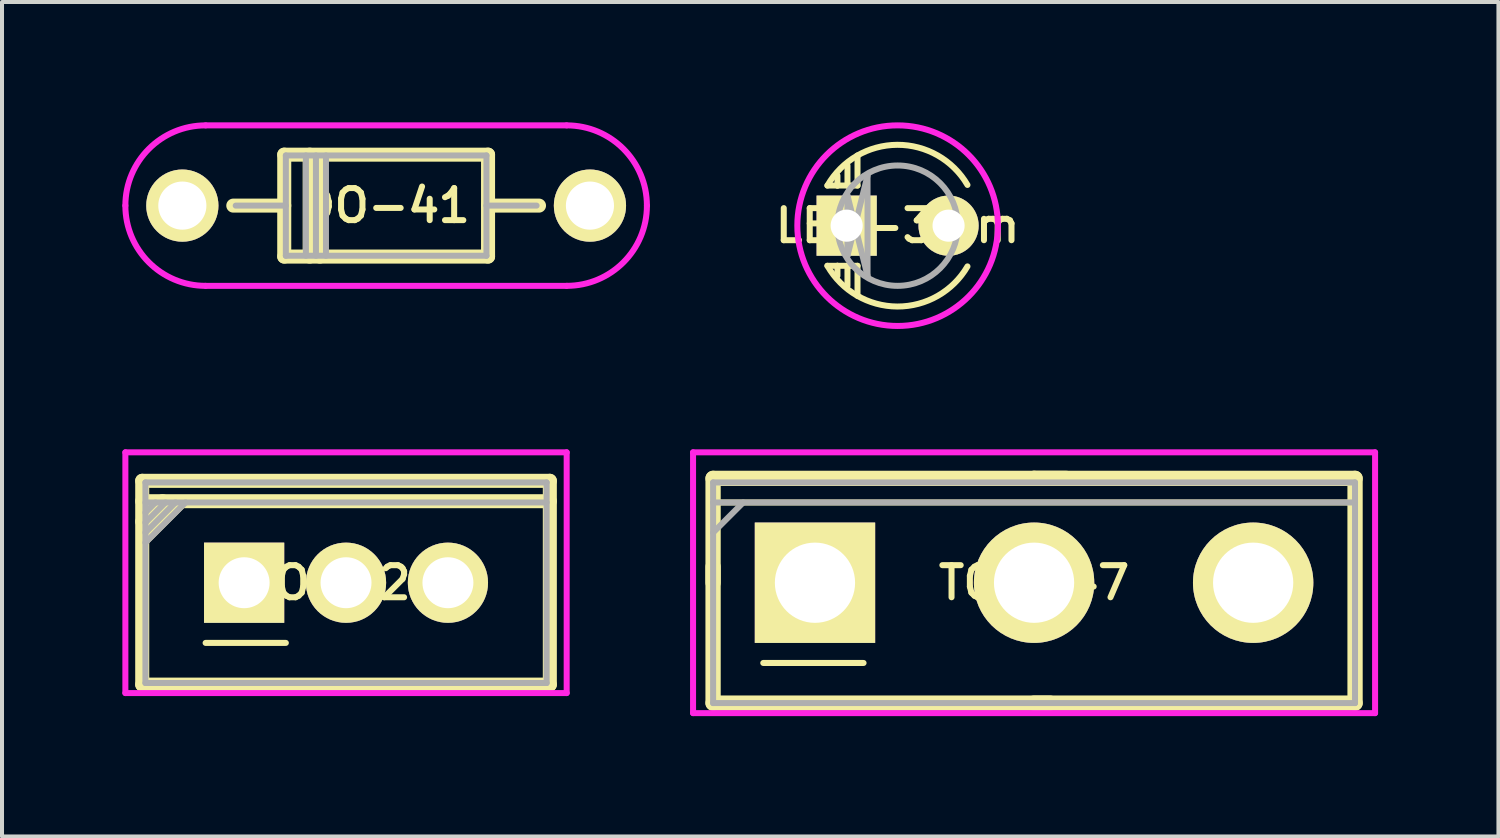
<source format=kicad_pcb>
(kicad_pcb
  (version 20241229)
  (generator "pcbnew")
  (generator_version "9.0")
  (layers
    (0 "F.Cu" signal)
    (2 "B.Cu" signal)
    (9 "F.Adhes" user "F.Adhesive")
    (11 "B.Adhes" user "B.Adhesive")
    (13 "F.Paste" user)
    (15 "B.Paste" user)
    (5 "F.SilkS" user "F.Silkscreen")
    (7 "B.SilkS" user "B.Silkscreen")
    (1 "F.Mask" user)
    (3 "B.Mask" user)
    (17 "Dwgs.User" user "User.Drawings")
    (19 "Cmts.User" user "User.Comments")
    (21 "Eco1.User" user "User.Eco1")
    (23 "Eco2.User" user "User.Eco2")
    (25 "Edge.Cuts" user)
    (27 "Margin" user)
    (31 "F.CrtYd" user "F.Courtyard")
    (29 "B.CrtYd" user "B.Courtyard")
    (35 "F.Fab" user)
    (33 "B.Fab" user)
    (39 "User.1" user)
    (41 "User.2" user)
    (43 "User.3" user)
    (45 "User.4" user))
  (footprint "TO-220"
    (layer "F.Cu")
    (at 5.575 11.475)
    (property "Reference" "TO-220" (at 0 0 0) (layer "F.SilkS") (effects (font (size 0.8 0.8) (thickness 0.15))))
    (attr through_hole)
    (fp_line (start -5.08 -2.54) (end -5.08 2.54) (stroke (width 0.35) (type solid)) (layer "F.SilkS"))
    (fp_line (start -5.08 -2.032) (end 5.08 -2.032) (stroke (width 0.35) (type solid)) (layer "F.SilkS"))
    (fp_line (start -5.08 2.54) (end 5.08 2.54) (stroke (width 0.35) (type solid)) (layer "F.SilkS"))
    (fp_line (start -5.029 -1.118) (end -4.166 -1.981) (stroke (width 0.35) (type solid)) (layer "F.SilkS"))
    (fp_line (start -4.572 -2.032) (end -5.08 -1.524) (stroke (width 0.35) (type solid)) (layer "F.SilkS"))
    (fp_line (start -3.5 1.5) (end -1.5 1.5) (stroke (width 0.15) (type solid)) (layer "F.SilkS"))
    (fp_line (start 5.08 -2.54) (end -5.08 -2.54) (stroke (width 0.35) (type solid)) (layer "F.SilkS"))
    (fp_line (start 5.08 2.54) (end 5.08 -2.54) (stroke (width 0.35) (type solid)) (layer "F.SilkS"))
    (fp_line (start -5.5 -3.25) (end -5.5 2.75) (stroke (width 0.15) (type solid)) (layer "F.CrtYd"))
    (fp_line (start -5.5 2.75) (end 5.5 2.75) (stroke (width 0.15) (type solid)) (layer "F.CrtYd"))
    (fp_line (start 5.5 -3.25) (end -5.5 -3.25) (stroke (width 0.15) (type solid)) (layer "F.CrtYd"))
    (fp_line (start 5.5 2.75) (end 5.5 -3.25) (stroke (width 0.15) (type solid)) (layer "F.CrtYd"))
    (fp_line (start -5 -2.5) (end -5 2.5) (stroke (width 0.15) (type solid)) (layer "F.Fab"))
    (fp_line (start -5 -2) (end 5 -2) (stroke (width 0.15) (type solid)) (layer "F.Fab"))
    (fp_line (start -5 -1.75) (end -4.75 -2) (stroke (width 0.15) (type solid)) (layer "F.Fab"))
    (fp_line (start -5 -1.25) (end -4.25 -2) (stroke (width 0.15) (type solid)) (layer "F.Fab"))
    (fp_line (start -5 2.5) (end 5 2.5) (stroke (width 0.15) (type solid)) (layer "F.Fab"))
    (fp_line (start -4.5 -2) (end -5 -1.5) (stroke (width 0.15) (type solid)) (layer "F.Fab"))
    (fp_line (start -4 -2) (end -5 -1) (stroke (width 0.15) (type solid)) (layer "F.Fab"))
    (fp_line (start 5 -2.5) (end -5 -2.5) (stroke (width 0.15) (type solid)) (layer "F.Fab"))
    (fp_line (start 5 2.5) (end 5 -2.5) (stroke (width 0.15) (type solid)) (layer "F.Fab"))
    (pad "1" thru_hole rect (at -2.54 0) (size 1.999 1.999) (drill 1.27) (layers "*.Cu" "*.Mask" "F.SilkS"))
    (pad "2" thru_hole circle (at 0 0) (size 1.999 1.999) (drill 1.27) (layers "*.Cu" "*.Mask" "F.SilkS"))
    (pad "3" thru_hole circle (at 2.54 0) (size 1.999 1.999) (drill 1.27) (layers "*.Cu" "*.Mask" "F.SilkS")))
  (footprint "LED-3mm"
    (layer "F.Cu")
    (at 19.324 2.575)
    (property "Reference" "LED-3mm" (at 0 0 0) (layer "F.SilkS") (effects (font (size 0.8 0.8) (thickness 0.15))))
    (attr through_hole)
    (fp_line (start -1.75 -1) (end -1.5 -1) (stroke (width 0.15) (type solid)) (layer "F.SilkS"))
    (fp_line (start -1.75 1) (end -1.5 1) (stroke (width 0.15) (type solid)) (layer "F.SilkS"))
    (fp_line (start -1.5 -1) (end -1.5 -1.25) (stroke (width 0.15) (type solid)) (layer "F.SilkS"))
    (fp_line (start -1.5 -1) (end -1.25 -1) (stroke (width 0.15) (type solid)) (layer "F.SilkS"))
    (fp_line (start -1.5 1) (end -1.5 1.25) (stroke (width 0.15) (type solid)) (layer "F.SilkS"))
    (fp_line (start -1.5 1) (end -1.25 1) (stroke (width 0.15) (type solid)) (layer "F.SilkS"))
    (fp_line (start -1.25 -1) (end -1.25 -1.5) (stroke (width 0.15) (type solid)) (layer "F.SilkS"))
    (fp_line (start -1.25 -1) (end -1 -1) (stroke (width 0.15) (type solid)) (layer "F.SilkS"))
    (fp_line (start -1.25 1) (end -1.25 1.5) (stroke (width 0.15) (type solid)) (layer "F.SilkS"))
    (fp_line (start -1.25 1) (end -1 1) (stroke (width 0.15) (type solid)) (layer "F.SilkS"))
    (fp_line (start -1 -1) (end -1 -1.75) (stroke (width 0.15) (type solid)) (layer "F.SilkS"))
    (fp_line (start -1 1) (end -1 1.75) (stroke (width 0.15) (type solid)) (layer "F.SilkS"))
    (fp_arc (start -1.75 -1) (mid -0.008975 -2.015544) (end 1.741025 -1.015544) (stroke (width 0.15) (type solid)) (layer "F.SilkS"))
    (fp_arc (start 1.741025 1.015544) (mid -0.008974 2.015544) (end -1.75 1) (stroke (width 0.15) (type solid)) (layer "F.SilkS"))
    (fp_circle (center 0 0) (end 2.5 0) (stroke (width 0.15) (type solid)) (fill no) (layer "F.CrtYd"))
    (fp_line (start -1.25 -0.75) (end -1.25 0.75) (stroke (width 0.15) (type solid)) (layer "F.Fab"))
    (fp_line (start -1.25 0.75) (end -0.75 -1.25) (stroke (width 0.15) (type solid)) (layer "F.Fab"))
    (fp_line (start -0.75 1.25) (end -1.25 -0.75) (stroke (width 0.15) (type solid)) (layer "F.Fab"))
    (fp_line (start -0.75 1.25) (end -0.75 -1.25) (stroke (width 0.15) (type solid)) (layer "F.Fab"))
    (fp_circle (center 0 0) (end 1.5 0) (stroke (width 0.15) (type solid)) (fill no) (layer "F.Fab"))
    (pad "1" thru_hole rect (at -1.27 0 180) (size 1.5 1.5) (drill 0.8) (layers "*.Cu" "*.Mask" "F.SilkS"))
    (pad "2" thru_hole circle (at 1.27 0 180) (size 1.5 1.5) (drill 0.8) (layers "*.Cu" "*.Mask" "F.SilkS")))
  (footprint "DO-41"
    (layer "F.Cu")
    (at 6.575 2.075)
    (property "Reference" "DO-41" (at 0 0 0) (layer "F.SilkS") (effects (font (size 0.8 0.8) (thickness 0.15))))
    (attr through_hole)
    (fp_line (start -2.54 -1.27) (end -2.54 1.27) (stroke (width 0.35) (type solid)) (layer "F.SilkS"))
    (fp_line (start -2.54 0) (end -3.81 0) (stroke (width 0.35) (type solid)) (layer "F.SilkS"))
    (fp_line (start -2.54 1.27) (end 2.54 1.27) (stroke (width 0.35) (type solid)) (layer "F.SilkS"))
    (fp_line (start -1.905 -1.27) (end -1.905 1.27) (stroke (width 0.35) (type solid)) (layer "F.SilkS"))
    (fp_line (start -1.651 1.27) (end -1.651 -1.143) (stroke (width 0.35) (type solid)) (layer "F.SilkS"))
    (fp_line (start 2.54 -1.27) (end -2.54 -1.27) (stroke (width 0.35) (type solid)) (layer "F.SilkS"))
    (fp_line (start 2.54 0) (end 3.81 0) (stroke (width 0.35) (type solid)) (layer "F.SilkS"))
    (fp_line (start 2.54 1.27) (end 2.54 -1.27) (stroke (width 0.35) (type solid)) (layer "F.SilkS"))
    (fp_line (start -4.5 2) (end 4.5 2) (stroke (width 0.15) (type solid)) (layer "F.CrtYd"))
    (fp_line (start 4.5 -2) (end -4.5 -2) (stroke (width 0.15) (type solid)) (layer "F.CrtYd"))
    (fp_arc (start -6.5 0) (mid -5.914214 -1.414214) (end -4.5 -2) (stroke (width 0.15) (type solid)) (layer "F.CrtYd"))
    (fp_arc (start -4.5 2) (mid -5.914214 1.414214) (end -6.5 0) (stroke (width 0.15) (type solid)) (layer "F.CrtYd"))
    (fp_arc (start 4.5 -2) (mid 5.914214 -1.414214) (end 6.5 0) (stroke (width 0.15) (type solid)) (layer "F.CrtYd"))
    (fp_arc (start 6.5 0) (mid 5.914214 1.414214) (end 4.5 2) (stroke (width 0.15) (type solid)) (layer "F.CrtYd"))
    (fp_line (start -2.5 -1.25) (end 2.5 -1.25) (stroke (width 0.15) (type solid)) (layer "F.Fab"))
    (fp_line (start -2.5 0) (end -3.75 0) (stroke (width 0.15) (type solid)) (layer "F.Fab"))
    (fp_line (start -2.5 1.25) (end -2.5 -1.25) (stroke (width 0.15) (type solid)) (layer "F.Fab"))
    (fp_line (start -2 -1.25) (end -2 1.25) (stroke (width 0.15) (type solid)) (layer "F.Fab"))
    (fp_line (start -1.75 1.25) (end -1.75 -1.25) (stroke (width 0.15) (type solid)) (layer "F.Fab"))
    (fp_line (start -1.5 -1.25) (end -1.5 1.25) (stroke (width 0.15) (type solid)) (layer "F.Fab"))
    (fp_line (start 2.5 -1.25) (end 2.5 1.25) (stroke (width 0.15) (type solid)) (layer "F.Fab"))
    (fp_line (start 2.5 0) (end 3.75 0) (stroke (width 0.15) (type solid)) (layer "F.Fab"))
    (fp_line (start 2.5 1.25) (end -2.5 1.25) (stroke (width 0.15) (type solid)) (layer "F.Fab"))
    (pad "1" thru_hole circle (at -5.08 0 180) (size 1.8 1.8) (drill 1.2) (layers "*.Cu" "*.Mask" "F.SilkS"))
    (pad "2" thru_hole circle (at 5.08 0 180) (size 1.8 1.8) (drill 1.2) (layers "*.Cu" "*.Mask" "F.SilkS")))
  (footprint "TO-247"
    (layer "F.Cu")
    (at 22.725 11.475)
    (property "Reference" "TO-247" (at 0 0 0) (layer "F.SilkS") (effects (font (size 0.8 0.8) (thickness 0.15))))
    (attr through_hole)
    (fp_line (start -8.001 -2.601) (end -8.001 3) (stroke (width 0.381) (type solid)) (layer "F.SilkS"))
    (fp_line (start -8.001 0) (end -8.001 -0.399) (stroke (width 0.381) (type solid)) (layer "F.SilkS"))
    (fp_line (start -8.001 3) (end 8.001 3) (stroke (width 0.381) (type solid)) (layer "F.SilkS"))
    (fp_line (start -6.75 2) (end -4.25 2) (stroke (width 0.15) (type solid)) (layer "F.SilkS"))
    (fp_line (start 0 -2.601) (end -8.001 -2.601) (stroke (width 0.381) (type solid)) (layer "F.SilkS"))
    (fp_line (start 0 -2.601) (end 0.8 -2.601) (stroke (width 0.381) (type solid)) (layer "F.SilkS"))
    (fp_line (start 0 3) (end 0.399 3) (stroke (width 0.381) (type solid)) (layer "F.SilkS"))
    (fp_line (start 8 -2) (end -8 -2) (stroke (width 0.15) (type solid)) (layer "F.SilkS"))
    (fp_line (start 8.001 -2.601) (end 0 -2.601) (stroke (width 0.381) (type solid)) (layer "F.SilkS"))
    (fp_line (start 8.001 3) (end 8.001 -2.601) (stroke (width 0.381) (type solid)) (layer "F.SilkS"))
    (fp_line (start -8.5 -3.25) (end -8.5 3.25) (stroke (width 0.15) (type solid)) (layer "F.CrtYd"))
    (fp_line (start -8.5 3.25) (end 8.5 3.25) (stroke (width 0.15) (type solid)) (layer "F.CrtYd"))
    (fp_line (start 8.5 -3.25) (end -8.5 -3.25) (stroke (width 0.15) (type solid)) (layer "F.CrtYd"))
    (fp_line (start 8.5 3.25) (end 8.5 -3.25) (stroke (width 0.15) (type solid)) (layer "F.CrtYd"))
    (fp_line (start -8 -2.5) (end -8 3) (stroke (width 0.15) (type solid)) (layer "F.Fab"))
    (fp_line (start -8 3) (end 8 3) (stroke (width 0.15) (type solid)) (layer "F.Fab"))
    (fp_line (start -7.25 -2) (end -8 -1.25) (stroke (width 0.15) (type solid)) (layer "F.Fab"))
    (fp_line (start 8 -2.5) (end -8 -2.5) (stroke (width 0.15) (type solid)) (layer "F.Fab"))
    (fp_line (start 8 -2) (end -8 -2) (stroke (width 0.15) (type solid)) (layer "F.Fab"))
    (fp_line (start 8 3) (end 8 -2.5) (stroke (width 0.15) (type solid)) (layer "F.Fab"))
    (pad "1" thru_hole rect (at -5.461 0) (size 3 3) (drill 2) (layers "*.Cu" "*.Mask" "F.SilkS"))
    (pad "2" thru_hole circle (at 0 0) (size 3 3) (drill 2) (layers "*.Cu" "*.Mask" "F.SilkS"))
    (pad "3" thru_hole circle (at 5.461 0) (size 3 3) (drill 2) (layers "*.Cu" "*.Mask" "F.SilkS")))
  (gr_rect
    (start -3 -3)
    (end 34.3 17.8)
    (stroke (width 0.1) (type default))
    (fill no)
    (layer "Edge.Cuts")))
</source>
